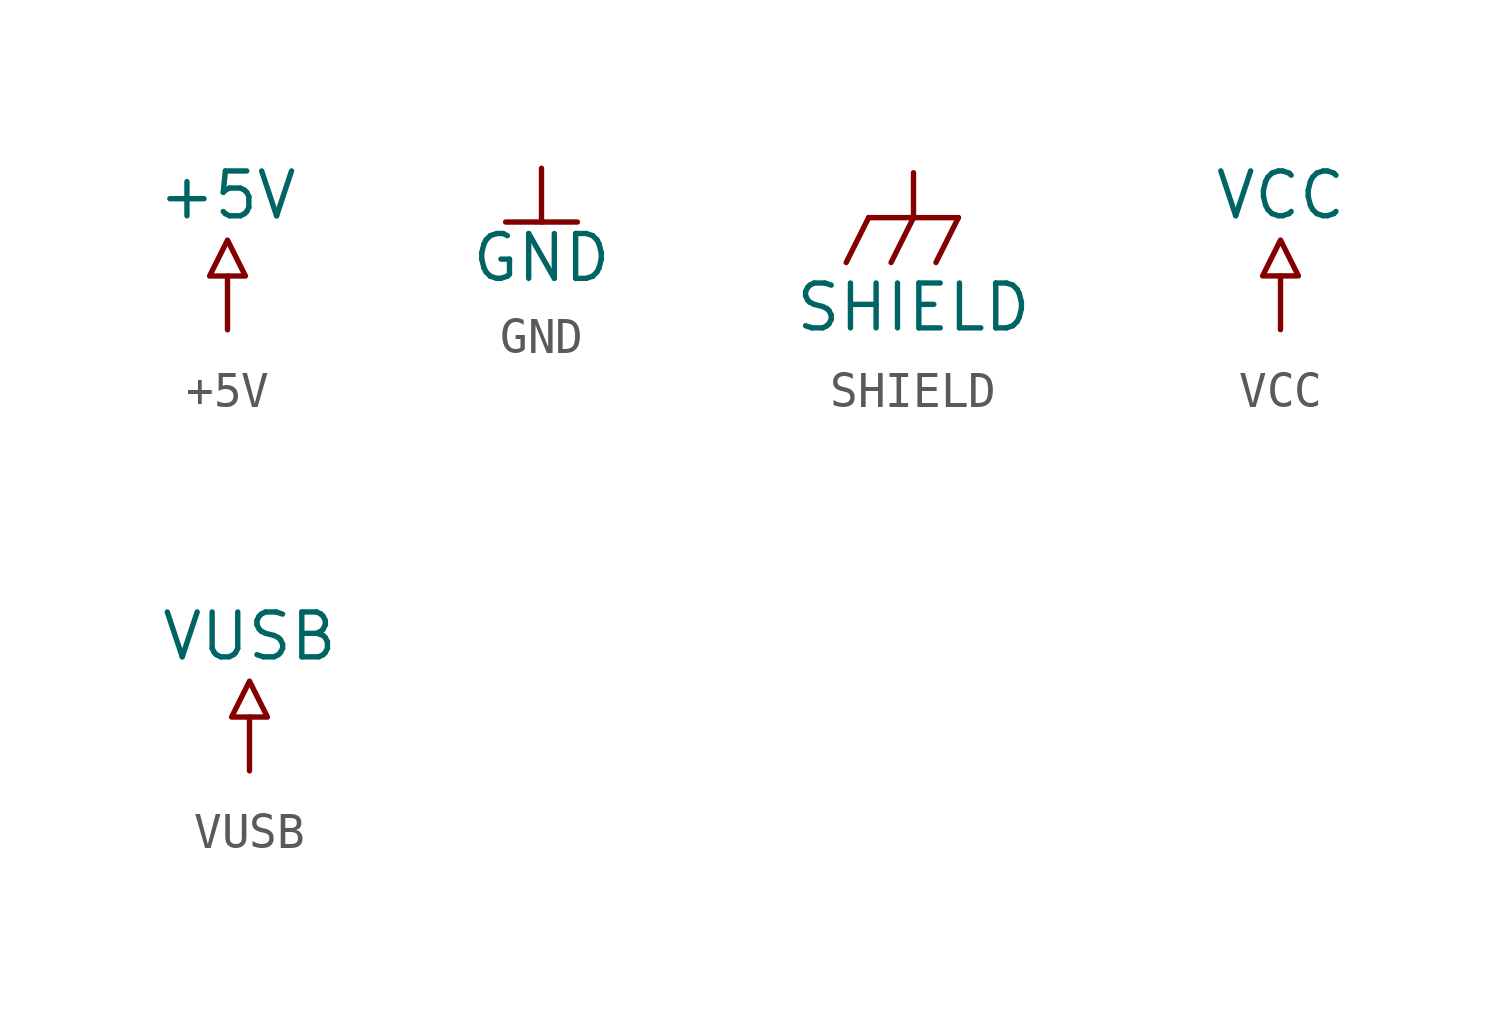
<source format=kicad_sym>
(kicad_symbol_lib
  (version 20211014)
  (generator kicad_symbol_editor)
  (symbol "+5V"
    (power)
    (pin_names
      (offset 0))
    (property "Reference" "#PWR"
      (at 0 0 0)
      (effects (font (size 1.27 1.27)) hide))
    (property "Value" "+5V"
      (at 0 3.81 0)
      (effects (font (size 1.27 1.27))))
    (symbol "+5V_0_1"
      (polyline (pts (xy 0 0) (xy 0 1.524)) (stroke (width 0) (type default) (color 0 0 0 0)) (fill (type none)))
      (polyline (pts (xy 0 2.54) (xy -0.508 1.524) (xy 0.508 1.524) (xy 0 2.54)) (stroke (width 0) (type default) (color 0 0 0 0)) (fill (type none))))
    (symbol "+5V_1_1"
      (pin power_in line (at 0 0 90) (length 0) hide (name "+5V" (effects (font (size 1.27 1.27)))) (number "1" (effects (font (size 1.27 1.27)))))))
  (symbol "GND"
    (power)
    (pin_names
      (offset 0))
    (property "Reference" "#PWR"
      (at 0 0 0)
      (effects (font (size 1.27 1.27)) hide))
    (property "Value" "GND"
      (at 0 -2.54 0)
      (effects (font (size 1.27 1.27))))
    (symbol "GND_0_1"
      (polyline (pts (xy 0 0) (xy 0 -1.524)) (stroke (width 0) (type default) (color 0 0 0 0)) (fill (type none)))
      (polyline (pts (xy 1.016 -1.524) (xy -1.016 -1.524)) (stroke (width 0) (type default) (color 0 0 0 0)) (fill (type none))))
    (symbol "GND_1_1"
      (pin power_in line (at 0 0 90) (length 0) hide (name "GND" (effects (font (size 1.27 1.27)))) (number "1" (effects (font (size 1.27 1.27)))))))
  (symbol "SHIELD"
    (power)
    (pin_names
      (offset 0))
    (property "Reference" "#PWR"
      (at 0 0 0)
      (effects (font (size 1.27 1.27)) hide))
    (property "Value" "SHIELD"
      (at 0 -3.81 0)
      (effects (font (size 1.27 1.27))))
    (symbol "SHIELD_0_1"
      (polyline (pts (xy -1.27 -1.27) (xy -1.905 -2.54)) (stroke (width 0) (type default) (color 0 0 0 0)) (fill (type none)))
      (polyline (pts (xy -0.635 -2.54) (xy 0 -1.27)) (stroke (width 0) (type default) (color 0 0 0 0)) (fill (type none)))
      (polyline (pts (xy 0 0) (xy 0 -1.27)) (stroke (width 0) (type default) (color 0 0 0 0)) (fill (type none)))
      (polyline (pts (xy 0.635 -2.54) (xy 1.27 -1.27)) (stroke (width 0) (type default) (color 0 0 0 0)) (fill (type none)))
      (polyline (pts (xy 1.27 -1.27) (xy -1.27 -1.27)) (stroke (width 0) (type default) (color 0 0 0 0)) (fill (type none))))
    (symbol "SHIELD_1_1"
      (pin power_in line (at 0 0 90) (length 0) hide (name "SHIELD" (effects (font (size 1.27 1.27)))) (number "1" (effects (font (size 1.27 1.27)))))))
  (symbol "VCC"
    (power)
    (pin_names
      (offset 0))
    (property "Reference" "#PWR"
      (at 0 0 0)
      (effects (font (size 1.27 1.27)) hide))
    (property "Value" "VCC"
      (at 0 3.81 0)
      (effects (font (size 1.27 1.27))))
    (symbol "VCC_0_1"
      (polyline (pts (xy 0 0) (xy 0 1.524)) (stroke (width 0) (type default) (color 0 0 0 0)) (fill (type none)))
      (polyline (pts (xy 0 2.54) (xy -0.508 1.524) (xy 0.508 1.524) (xy 0 2.54)) (stroke (width 0) (type default) (color 0 0 0 0)) (fill (type none))))
    (symbol "VCC_1_1"
      (pin power_in line (at 0 0 90) (length 0) hide (name "VCC" (effects (font (size 1.27 1.27)))) (number "1" (effects (font (size 1.27 1.27)))))))
  (symbol "VUSB"
    (power)
    (pin_names
      (offset 0))
    (property "Reference" "#PWR"
      (at 0 0 0)
      (effects (font (size 1.27 1.27)) hide))
    (property "Value" "VUSB"
      (at 0 3.81 0)
      (effects (font (size 1.27 1.27))))
    (symbol "VUSB_0_1"
      (polyline (pts (xy 0 0) (xy 0 1.524)) (stroke (width 0) (type default) (color 0 0 0 0)) (fill (type none)))
      (polyline (pts (xy 0 2.54) (xy -0.508 1.524) (xy 0.508 1.524) (xy 0 2.54)) (stroke (width 0) (type default) (color 0 0 0 0)) (fill (type none))))
    (symbol "VUSB_1_1"
      (pin power_in line (at 0 0 90) (length 0) hide (name "VUSB" (effects (font (size 1.27 1.27)))) (number "1" (effects (font (size 1.27 1.27))))))))
</source>
